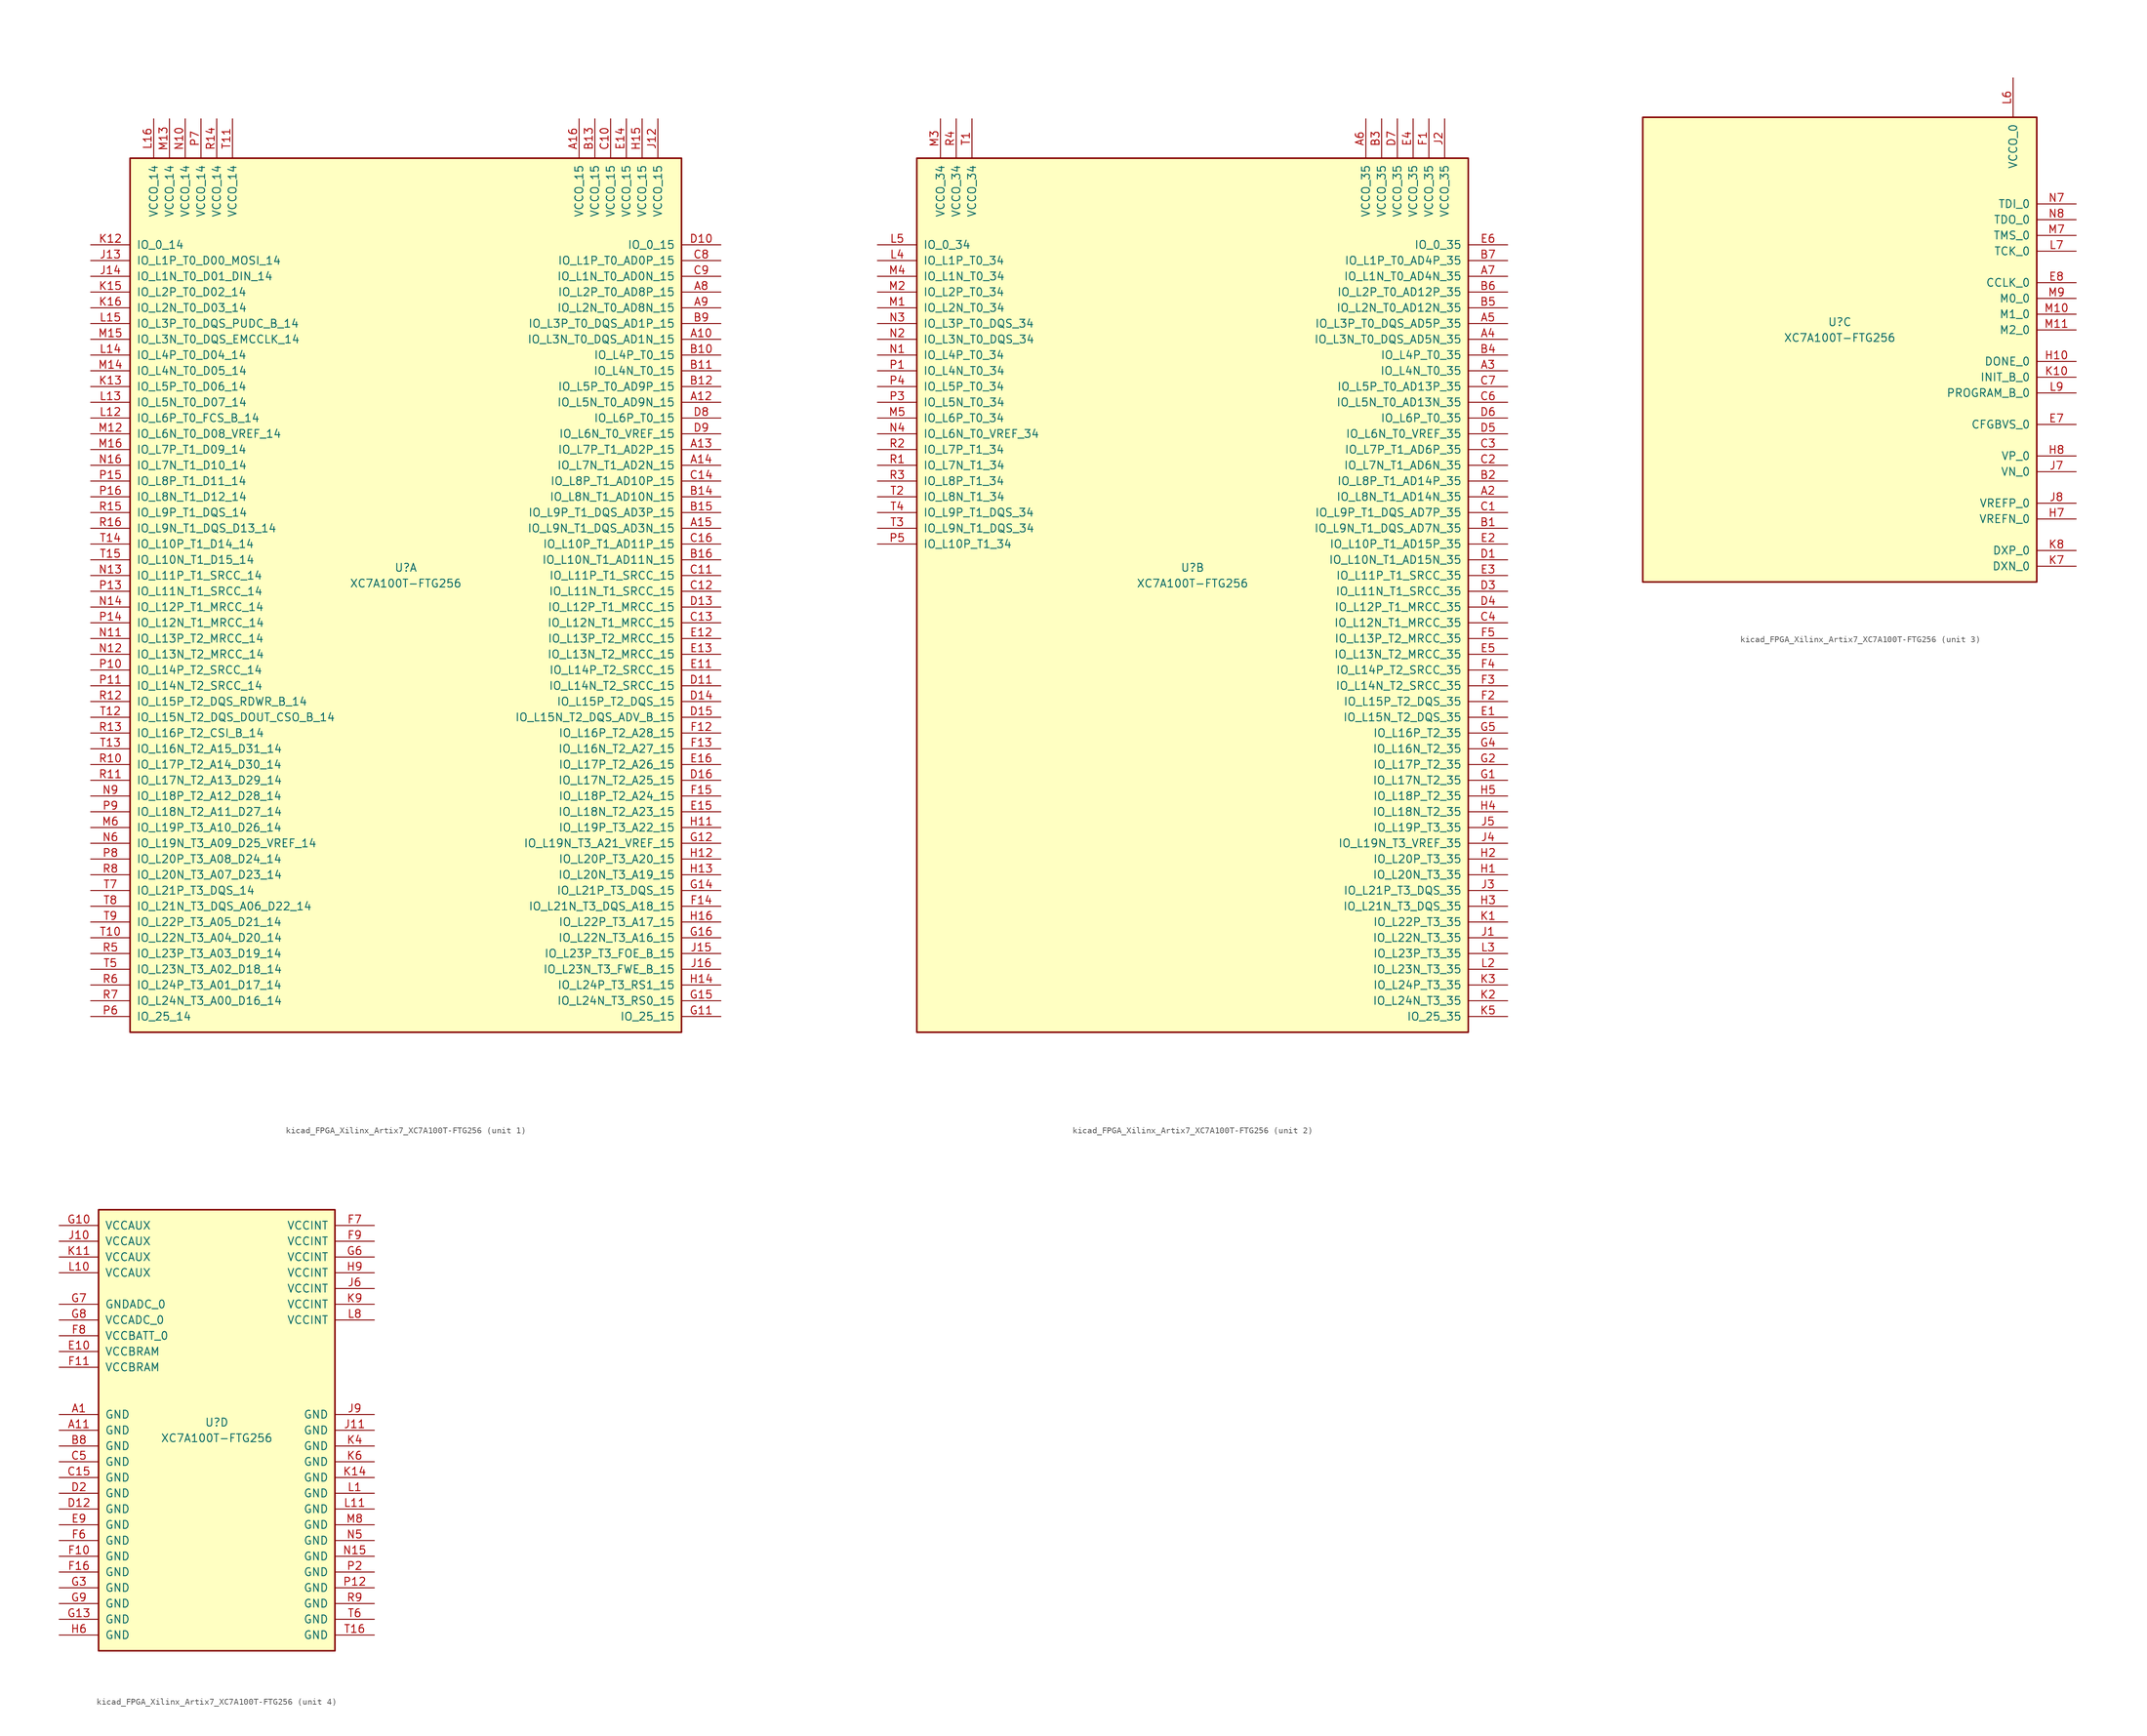
<source format=kicad_sym>
(kicad_symbol_lib
  (version 20220914)
  (generator kicad_symbol_editor)
  (symbol "kicad_FPGA_Xilinx_Artix7_XC7A100T-FTG256"
    (pin_names
      (offset 1.016))
    (property "Reference" "U"
      (at 0 1.27 0)
      (effects (font (size 1.27 1.27))))
    (property "Value" "XC7A100T-FTG256"
      (at 0 -1.27 0)
      (effects (font (size 1.27 1.27))))
    (property "Datasheet" ""
      (at 0 0 0)
      (effects (font (size 1.27 1.27))))
    (property "ki_locked" ""
      (at 0 0 0)
      (effects (font (size 1.27 1.27))))
    (symbol "kicad_FPGA_Xilinx_Artix7_XC7A100T-FTG256_1_1"
      (rectangle (start -44.45 67.31) (end 44.45 -73.66) (stroke (width 0.254) (type default)) (fill (type background)))
      (pin bidirectional line (at 50.8 38.1 180) (length 6.35) (name "IO_L3N_T0_DQS_AD1N_15" (effects (font (size 1.27 1.27)))) (number "A10" (effects (font (size 1.27 1.27)))))
      (pin bidirectional line (at 50.8 27.94 180) (length 6.35) (name "IO_L5N_T0_AD9N_15" (effects (font (size 1.27 1.27)))) (number "A12" (effects (font (size 1.27 1.27)))))
      (pin bidirectional line (at 50.8 20.32 180) (length 6.35) (name "IO_L7P_T1_AD2P_15" (effects (font (size 1.27 1.27)))) (number "A13" (effects (font (size 1.27 1.27)))))
      (pin bidirectional line (at 50.8 17.78 180) (length 6.35) (name "IO_L7N_T1_AD2N_15" (effects (font (size 1.27 1.27)))) (number "A14" (effects (font (size 1.27 1.27)))))
      (pin bidirectional line (at 50.8 7.62 180) (length 6.35) (name "IO_L9N_T1_DQS_AD3N_15" (effects (font (size 1.27 1.27)))) (number "A15" (effects (font (size 1.27 1.27)))))
      (pin power_in line (at 27.94 73.66 270) (length 6.35) (name "VCCO_15" (effects (font (size 1.27 1.27)))) (number "A16" (effects (font (size 1.27 1.27)))))
      (pin bidirectional line (at 50.8 45.72 180) (length 6.35) (name "IO_L2P_T0_AD8P_15" (effects (font (size 1.27 1.27)))) (number "A8" (effects (font (size 1.27 1.27)))))
      (pin bidirectional line (at 50.8 43.18 180) (length 6.35) (name "IO_L2N_T0_AD8N_15" (effects (font (size 1.27 1.27)))) (number "A9" (effects (font (size 1.27 1.27)))))
      (pin bidirectional line (at 50.8 35.56 180) (length 6.35) (name "IO_L4P_T0_15" (effects (font (size 1.27 1.27)))) (number "B10" (effects (font (size 1.27 1.27)))))
      (pin bidirectional line (at 50.8 33.02 180) (length 6.35) (name "IO_L4N_T0_15" (effects (font (size 1.27 1.27)))) (number "B11" (effects (font (size 1.27 1.27)))))
      (pin bidirectional line (at 50.8 30.48 180) (length 6.35) (name "IO_L5P_T0_AD9P_15" (effects (font (size 1.27 1.27)))) (number "B12" (effects (font (size 1.27 1.27)))))
      (pin power_in line (at 30.48 73.66 270) (length 6.35) (name "VCCO_15" (effects (font (size 1.27 1.27)))) (number "B13" (effects (font (size 1.27 1.27)))))
      (pin bidirectional line (at 50.8 12.7 180) (length 6.35) (name "IO_L8N_T1_AD10N_15" (effects (font (size 1.27 1.27)))) (number "B14" (effects (font (size 1.27 1.27)))))
      (pin bidirectional line (at 50.8 10.16 180) (length 6.35) (name "IO_L9P_T1_DQS_AD3P_15" (effects (font (size 1.27 1.27)))) (number "B15" (effects (font (size 1.27 1.27)))))
      (pin bidirectional line (at 50.8 2.54 180) (length 6.35) (name "IO_L10N_T1_AD11N_15" (effects (font (size 1.27 1.27)))) (number "B16" (effects (font (size 1.27 1.27)))))
      (pin bidirectional line (at 50.8 40.64 180) (length 6.35) (name "IO_L3P_T0_DQS_AD1P_15" (effects (font (size 1.27 1.27)))) (number "B9" (effects (font (size 1.27 1.27)))))
      (pin power_in line (at 33.02 73.66 270) (length 6.35) (name "VCCO_15" (effects (font (size 1.27 1.27)))) (number "C10" (effects (font (size 1.27 1.27)))))
      (pin bidirectional line (at 50.8 0 180) (length 6.35) (name "IO_L11P_T1_SRCC_15" (effects (font (size 1.27 1.27)))) (number "C11" (effects (font (size 1.27 1.27)))))
      (pin bidirectional line (at 50.8 -2.54 180) (length 6.35) (name "IO_L11N_T1_SRCC_15" (effects (font (size 1.27 1.27)))) (number "C12" (effects (font (size 1.27 1.27)))))
      (pin bidirectional line (at 50.8 -7.62 180) (length 6.35) (name "IO_L12N_T1_MRCC_15" (effects (font (size 1.27 1.27)))) (number "C13" (effects (font (size 1.27 1.27)))))
      (pin bidirectional line (at 50.8 15.24 180) (length 6.35) (name "IO_L8P_T1_AD10P_15" (effects (font (size 1.27 1.27)))) (number "C14" (effects (font (size 1.27 1.27)))))
      (pin bidirectional line (at 50.8 5.08 180) (length 6.35) (name "IO_L10P_T1_AD11P_15" (effects (font (size 1.27 1.27)))) (number "C16" (effects (font (size 1.27 1.27)))))
      (pin bidirectional line (at 50.8 50.8 180) (length 6.35) (name "IO_L1P_T0_AD0P_15" (effects (font (size 1.27 1.27)))) (number "C8" (effects (font (size 1.27 1.27)))))
      (pin bidirectional line (at 50.8 48.26 180) (length 6.35) (name "IO_L1N_T0_AD0N_15" (effects (font (size 1.27 1.27)))) (number "C9" (effects (font (size 1.27 1.27)))))
      (pin bidirectional line (at 50.8 53.34 180) (length 6.35) (name "IO_0_15" (effects (font (size 1.27 1.27)))) (number "D10" (effects (font (size 1.27 1.27)))))
      (pin bidirectional line (at 50.8 -17.78 180) (length 6.35) (name "IO_L14N_T2_SRCC_15" (effects (font (size 1.27 1.27)))) (number "D11" (effects (font (size 1.27 1.27)))))
      (pin bidirectional line (at 50.8 -5.08 180) (length 6.35) (name "IO_L12P_T1_MRCC_15" (effects (font (size 1.27 1.27)))) (number "D13" (effects (font (size 1.27 1.27)))))
      (pin bidirectional line (at 50.8 -20.32 180) (length 6.35) (name "IO_L15P_T2_DQS_15" (effects (font (size 1.27 1.27)))) (number "D14" (effects (font (size 1.27 1.27)))))
      (pin bidirectional line (at 50.8 -22.86 180) (length 6.35) (name "IO_L15N_T2_DQS_ADV_B_15" (effects (font (size 1.27 1.27)))) (number "D15" (effects (font (size 1.27 1.27)))))
      (pin bidirectional line (at 50.8 -33.02 180) (length 6.35) (name "IO_L17N_T2_A25_15" (effects (font (size 1.27 1.27)))) (number "D16" (effects (font (size 1.27 1.27)))))
      (pin bidirectional line (at 50.8 25.4 180) (length 6.35) (name "IO_L6P_T0_15" (effects (font (size 1.27 1.27)))) (number "D8" (effects (font (size 1.27 1.27)))))
      (pin bidirectional line (at 50.8 22.86 180) (length 6.35) (name "IO_L6N_T0_VREF_15" (effects (font (size 1.27 1.27)))) (number "D9" (effects (font (size 1.27 1.27)))))
      (pin bidirectional line (at 50.8 -15.24 180) (length 6.35) (name "IO_L14P_T2_SRCC_15" (effects (font (size 1.27 1.27)))) (number "E11" (effects (font (size 1.27 1.27)))))
      (pin bidirectional line (at 50.8 -10.16 180) (length 6.35) (name "IO_L13P_T2_MRCC_15" (effects (font (size 1.27 1.27)))) (number "E12" (effects (font (size 1.27 1.27)))))
      (pin bidirectional line (at 50.8 -12.7 180) (length 6.35) (name "IO_L13N_T2_MRCC_15" (effects (font (size 1.27 1.27)))) (number "E13" (effects (font (size 1.27 1.27)))))
      (pin power_in line (at 35.56 73.66 270) (length 6.35) (name "VCCO_15" (effects (font (size 1.27 1.27)))) (number "E14" (effects (font (size 1.27 1.27)))))
      (pin bidirectional line (at 50.8 -38.1 180) (length 6.35) (name "IO_L18N_T2_A23_15" (effects (font (size 1.27 1.27)))) (number "E15" (effects (font (size 1.27 1.27)))))
      (pin bidirectional line (at 50.8 -30.48 180) (length 6.35) (name "IO_L17P_T2_A26_15" (effects (font (size 1.27 1.27)))) (number "E16" (effects (font (size 1.27 1.27)))))
      (pin bidirectional line (at 50.8 -25.4 180) (length 6.35) (name "IO_L16P_T2_A28_15" (effects (font (size 1.27 1.27)))) (number "F12" (effects (font (size 1.27 1.27)))))
      (pin bidirectional line (at 50.8 -27.94 180) (length 6.35) (name "IO_L16N_T2_A27_15" (effects (font (size 1.27 1.27)))) (number "F13" (effects (font (size 1.27 1.27)))))
      (pin bidirectional line (at 50.8 -53.34 180) (length 6.35) (name "IO_L21N_T3_DQS_A18_15" (effects (font (size 1.27 1.27)))) (number "F14" (effects (font (size 1.27 1.27)))))
      (pin bidirectional line (at 50.8 -35.56 180) (length 6.35) (name "IO_L18P_T2_A24_15" (effects (font (size 1.27 1.27)))) (number "F15" (effects (font (size 1.27 1.27)))))
      (pin bidirectional line (at 50.8 -71.12 180) (length 6.35) (name "IO_25_15" (effects (font (size 1.27 1.27)))) (number "G11" (effects (font (size 1.27 1.27)))))
      (pin bidirectional line (at 50.8 -43.18 180) (length 6.35) (name "IO_L19N_T3_A21_VREF_15" (effects (font (size 1.27 1.27)))) (number "G12" (effects (font (size 1.27 1.27)))))
      (pin bidirectional line (at 50.8 -50.8 180) (length 6.35) (name "IO_L21P_T3_DQS_15" (effects (font (size 1.27 1.27)))) (number "G14" (effects (font (size 1.27 1.27)))))
      (pin bidirectional line (at 50.8 -68.58 180) (length 6.35) (name "IO_L24N_T3_RS0_15" (effects (font (size 1.27 1.27)))) (number "G15" (effects (font (size 1.27 1.27)))))
      (pin bidirectional line (at 50.8 -58.42 180) (length 6.35) (name "IO_L22N_T3_A16_15" (effects (font (size 1.27 1.27)))) (number "G16" (effects (font (size 1.27 1.27)))))
      (pin bidirectional line (at 50.8 -40.64 180) (length 6.35) (name "IO_L19P_T3_A22_15" (effects (font (size 1.27 1.27)))) (number "H11" (effects (font (size 1.27 1.27)))))
      (pin bidirectional line (at 50.8 -45.72 180) (length 6.35) (name "IO_L20P_T3_A20_15" (effects (font (size 1.27 1.27)))) (number "H12" (effects (font (size 1.27 1.27)))))
      (pin bidirectional line (at 50.8 -48.26 180) (length 6.35) (name "IO_L20N_T3_A19_15" (effects (font (size 1.27 1.27)))) (number "H13" (effects (font (size 1.27 1.27)))))
      (pin bidirectional line (at 50.8 -66.04 180) (length 6.35) (name "IO_L24P_T3_RS1_15" (effects (font (size 1.27 1.27)))) (number "H14" (effects (font (size 1.27 1.27)))))
      (pin power_in line (at 38.1 73.66 270) (length 6.35) (name "VCCO_15" (effects (font (size 1.27 1.27)))) (number "H15" (effects (font (size 1.27 1.27)))))
      (pin bidirectional line (at 50.8 -55.88 180) (length 6.35) (name "IO_L22P_T3_A17_15" (effects (font (size 1.27 1.27)))) (number "H16" (effects (font (size 1.27 1.27)))))
      (pin power_in line (at 40.64 73.66 270) (length 6.35) (name "VCCO_15" (effects (font (size 1.27 1.27)))) (number "J12" (effects (font (size 1.27 1.27)))))
      (pin bidirectional line (at -50.8 50.8 0) (length 6.35) (name "IO_L1P_T0_D00_MOSI_14" (effects (font (size 1.27 1.27)))) (number "J13" (effects (font (size 1.27 1.27)))))
      (pin bidirectional line (at -50.8 48.26 0) (length 6.35) (name "IO_L1N_T0_D01_DIN_14" (effects (font (size 1.27 1.27)))) (number "J14" (effects (font (size 1.27 1.27)))))
      (pin bidirectional line (at 50.8 -60.96 180) (length 6.35) (name "IO_L23P_T3_FOE_B_15" (effects (font (size 1.27 1.27)))) (number "J15" (effects (font (size 1.27 1.27)))))
      (pin bidirectional line (at 50.8 -63.5 180) (length 6.35) (name "IO_L23N_T3_FWE_B_15" (effects (font (size 1.27 1.27)))) (number "J16" (effects (font (size 1.27 1.27)))))
      (pin bidirectional line (at -50.8 53.34 0) (length 6.35) (name "IO_0_14" (effects (font (size 1.27 1.27)))) (number "K12" (effects (font (size 1.27 1.27)))))
      (pin bidirectional line (at -50.8 30.48 0) (length 6.35) (name "IO_L5P_T0_D06_14" (effects (font (size 1.27 1.27)))) (number "K13" (effects (font (size 1.27 1.27)))))
      (pin bidirectional line (at -50.8 45.72 0) (length 6.35) (name "IO_L2P_T0_D02_14" (effects (font (size 1.27 1.27)))) (number "K15" (effects (font (size 1.27 1.27)))))
      (pin bidirectional line (at -50.8 43.18 0) (length 6.35) (name "IO_L2N_T0_D03_14" (effects (font (size 1.27 1.27)))) (number "K16" (effects (font (size 1.27 1.27)))))
      (pin bidirectional line (at -50.8 25.4 0) (length 6.35) (name "IO_L6P_T0_FCS_B_14" (effects (font (size 1.27 1.27)))) (number "L12" (effects (font (size 1.27 1.27)))))
      (pin bidirectional line (at -50.8 27.94 0) (length 6.35) (name "IO_L5N_T0_D07_14" (effects (font (size 1.27 1.27)))) (number "L13" (effects (font (size 1.27 1.27)))))
      (pin bidirectional line (at -50.8 35.56 0) (length 6.35) (name "IO_L4P_T0_D04_14" (effects (font (size 1.27 1.27)))) (number "L14" (effects (font (size 1.27 1.27)))))
      (pin bidirectional line (at -50.8 40.64 0) (length 6.35) (name "IO_L3P_T0_DQS_PUDC_B_14" (effects (font (size 1.27 1.27)))) (number "L15" (effects (font (size 1.27 1.27)))))
      (pin power_in line (at -40.64 73.66 270) (length 6.35) (name "VCCO_14" (effects (font (size 1.27 1.27)))) (number "L16" (effects (font (size 1.27 1.27)))))
      (pin bidirectional line (at -50.8 22.86 0) (length 6.35) (name "IO_L6N_T0_D08_VREF_14" (effects (font (size 1.27 1.27)))) (number "M12" (effects (font (size 1.27 1.27)))))
      (pin power_in line (at -38.1 73.66 270) (length 6.35) (name "VCCO_14" (effects (font (size 1.27 1.27)))) (number "M13" (effects (font (size 1.27 1.27)))))
      (pin bidirectional line (at -50.8 33.02 0) (length 6.35) (name "IO_L4N_T0_D05_14" (effects (font (size 1.27 1.27)))) (number "M14" (effects (font (size 1.27 1.27)))))
      (pin bidirectional line (at -50.8 38.1 0) (length 6.35) (name "IO_L3N_T0_DQS_EMCCLK_14" (effects (font (size 1.27 1.27)))) (number "M15" (effects (font (size 1.27 1.27)))))
      (pin bidirectional line (at -50.8 20.32 0) (length 6.35) (name "IO_L7P_T1_D09_14" (effects (font (size 1.27 1.27)))) (number "M16" (effects (font (size 1.27 1.27)))))
      (pin bidirectional line (at -50.8 -40.64 0) (length 6.35) (name "IO_L19P_T3_A10_D26_14" (effects (font (size 1.27 1.27)))) (number "M6" (effects (font (size 1.27 1.27)))))
      (pin power_in line (at -35.56 73.66 270) (length 6.35) (name "VCCO_14" (effects (font (size 1.27 1.27)))) (number "N10" (effects (font (size 1.27 1.27)))))
      (pin bidirectional line (at -50.8 -10.16 0) (length 6.35) (name "IO_L13P_T2_MRCC_14" (effects (font (size 1.27 1.27)))) (number "N11" (effects (font (size 1.27 1.27)))))
      (pin bidirectional line (at -50.8 -12.7 0) (length 6.35) (name "IO_L13N_T2_MRCC_14" (effects (font (size 1.27 1.27)))) (number "N12" (effects (font (size 1.27 1.27)))))
      (pin bidirectional line (at -50.8 0 0) (length 6.35) (name "IO_L11P_T1_SRCC_14" (effects (font (size 1.27 1.27)))) (number "N13" (effects (font (size 1.27 1.27)))))
      (pin bidirectional line (at -50.8 -5.08 0) (length 6.35) (name "IO_L12P_T1_MRCC_14" (effects (font (size 1.27 1.27)))) (number "N14" (effects (font (size 1.27 1.27)))))
      (pin bidirectional line (at -50.8 17.78 0) (length 6.35) (name "IO_L7N_T1_D10_14" (effects (font (size 1.27 1.27)))) (number "N16" (effects (font (size 1.27 1.27)))))
      (pin bidirectional line (at -50.8 -43.18 0) (length 6.35) (name "IO_L19N_T3_A09_D25_VREF_14" (effects (font (size 1.27 1.27)))) (number "N6" (effects (font (size 1.27 1.27)))))
      (pin bidirectional line (at -50.8 -35.56 0) (length 6.35) (name "IO_L18P_T2_A12_D28_14" (effects (font (size 1.27 1.27)))) (number "N9" (effects (font (size 1.27 1.27)))))
      (pin bidirectional line (at -50.8 -15.24 0) (length 6.35) (name "IO_L14P_T2_SRCC_14" (effects (font (size 1.27 1.27)))) (number "P10" (effects (font (size 1.27 1.27)))))
      (pin bidirectional line (at -50.8 -17.78 0) (length 6.35) (name "IO_L14N_T2_SRCC_14" (effects (font (size 1.27 1.27)))) (number "P11" (effects (font (size 1.27 1.27)))))
      (pin bidirectional line (at -50.8 -2.54 0) (length 6.35) (name "IO_L11N_T1_SRCC_14" (effects (font (size 1.27 1.27)))) (number "P13" (effects (font (size 1.27 1.27)))))
      (pin bidirectional line (at -50.8 -7.62 0) (length 6.35) (name "IO_L12N_T1_MRCC_14" (effects (font (size 1.27 1.27)))) (number "P14" (effects (font (size 1.27 1.27)))))
      (pin bidirectional line (at -50.8 15.24 0) (length 6.35) (name "IO_L8P_T1_D11_14" (effects (font (size 1.27 1.27)))) (number "P15" (effects (font (size 1.27 1.27)))))
      (pin bidirectional line (at -50.8 12.7 0) (length 6.35) (name "IO_L8N_T1_D12_14" (effects (font (size 1.27 1.27)))) (number "P16" (effects (font (size 1.27 1.27)))))
      (pin bidirectional line (at -50.8 -71.12 0) (length 6.35) (name "IO_25_14" (effects (font (size 1.27 1.27)))) (number "P6" (effects (font (size 1.27 1.27)))))
      (pin power_in line (at -33.02 73.66 270) (length 6.35) (name "VCCO_14" (effects (font (size 1.27 1.27)))) (number "P7" (effects (font (size 1.27 1.27)))))
      (pin bidirectional line (at -50.8 -45.72 0) (length 6.35) (name "IO_L20P_T3_A08_D24_14" (effects (font (size 1.27 1.27)))) (number "P8" (effects (font (size 1.27 1.27)))))
      (pin bidirectional line (at -50.8 -38.1 0) (length 6.35) (name "IO_L18N_T2_A11_D27_14" (effects (font (size 1.27 1.27)))) (number "P9" (effects (font (size 1.27 1.27)))))
      (pin bidirectional line (at -50.8 -30.48 0) (length 6.35) (name "IO_L17P_T2_A14_D30_14" (effects (font (size 1.27 1.27)))) (number "R10" (effects (font (size 1.27 1.27)))))
      (pin bidirectional line (at -50.8 -33.02 0) (length 6.35) (name "IO_L17N_T2_A13_D29_14" (effects (font (size 1.27 1.27)))) (number "R11" (effects (font (size 1.27 1.27)))))
      (pin bidirectional line (at -50.8 -20.32 0) (length 6.35) (name "IO_L15P_T2_DQS_RDWR_B_14" (effects (font (size 1.27 1.27)))) (number "R12" (effects (font (size 1.27 1.27)))))
      (pin bidirectional line (at -50.8 -25.4 0) (length 6.35) (name "IO_L16P_T2_CSI_B_14" (effects (font (size 1.27 1.27)))) (number "R13" (effects (font (size 1.27 1.27)))))
      (pin power_in line (at -30.48 73.66 270) (length 6.35) (name "VCCO_14" (effects (font (size 1.27 1.27)))) (number "R14" (effects (font (size 1.27 1.27)))))
      (pin bidirectional line (at -50.8 10.16 0) (length 6.35) (name "IO_L9P_T1_DQS_14" (effects (font (size 1.27 1.27)))) (number "R15" (effects (font (size 1.27 1.27)))))
      (pin bidirectional line (at -50.8 7.62 0) (length 6.35) (name "IO_L9N_T1_DQS_D13_14" (effects (font (size 1.27 1.27)))) (number "R16" (effects (font (size 1.27 1.27)))))
      (pin bidirectional line (at -50.8 -60.96 0) (length 6.35) (name "IO_L23P_T3_A03_D19_14" (effects (font (size 1.27 1.27)))) (number "R5" (effects (font (size 1.27 1.27)))))
      (pin bidirectional line (at -50.8 -66.04 0) (length 6.35) (name "IO_L24P_T3_A01_D17_14" (effects (font (size 1.27 1.27)))) (number "R6" (effects (font (size 1.27 1.27)))))
      (pin bidirectional line (at -50.8 -68.58 0) (length 6.35) (name "IO_L24N_T3_A00_D16_14" (effects (font (size 1.27 1.27)))) (number "R7" (effects (font (size 1.27 1.27)))))
      (pin bidirectional line (at -50.8 -48.26 0) (length 6.35) (name "IO_L20N_T3_A07_D23_14" (effects (font (size 1.27 1.27)))) (number "R8" (effects (font (size 1.27 1.27)))))
      (pin bidirectional line (at -50.8 -58.42 0) (length 6.35) (name "IO_L22N_T3_A04_D20_14" (effects (font (size 1.27 1.27)))) (number "T10" (effects (font (size 1.27 1.27)))))
      (pin power_in line (at -27.94 73.66 270) (length 6.35) (name "VCCO_14" (effects (font (size 1.27 1.27)))) (number "T11" (effects (font (size 1.27 1.27)))))
      (pin bidirectional line (at -50.8 -22.86 0) (length 6.35) (name "IO_L15N_T2_DQS_DOUT_CSO_B_14" (effects (font (size 1.27 1.27)))) (number "T12" (effects (font (size 1.27 1.27)))))
      (pin bidirectional line (at -50.8 -27.94 0) (length 6.35) (name "IO_L16N_T2_A15_D31_14" (effects (font (size 1.27 1.27)))) (number "T13" (effects (font (size 1.27 1.27)))))
      (pin bidirectional line (at -50.8 5.08 0) (length 6.35) (name "IO_L10P_T1_D14_14" (effects (font (size 1.27 1.27)))) (number "T14" (effects (font (size 1.27 1.27)))))
      (pin bidirectional line (at -50.8 2.54 0) (length 6.35) (name "IO_L10N_T1_D15_14" (effects (font (size 1.27 1.27)))) (number "T15" (effects (font (size 1.27 1.27)))))
      (pin bidirectional line (at -50.8 -63.5 0) (length 6.35) (name "IO_L23N_T3_A02_D18_14" (effects (font (size 1.27 1.27)))) (number "T5" (effects (font (size 1.27 1.27)))))
      (pin bidirectional line (at -50.8 -50.8 0) (length 6.35) (name "IO_L21P_T3_DQS_14" (effects (font (size 1.27 1.27)))) (number "T7" (effects (font (size 1.27 1.27)))))
      (pin bidirectional line (at -50.8 -53.34 0) (length 6.35) (name "IO_L21N_T3_DQS_A06_D22_14" (effects (font (size 1.27 1.27)))) (number "T8" (effects (font (size 1.27 1.27)))))
      (pin bidirectional line (at -50.8 -55.88 0) (length 6.35) (name "IO_L22P_T3_A05_D21_14" (effects (font (size 1.27 1.27)))) (number "T9" (effects (font (size 1.27 1.27))))))
    (symbol "kicad_FPGA_Xilinx_Artix7_XC7A100T-FTG256_2_1"
      (rectangle (start -44.45 67.31) (end 44.45 -73.66) (stroke (width 0.254) (type default)) (fill (type background)))
      (pin bidirectional line (at 50.8 12.7 180) (length 6.35) (name "IO_L8N_T1_AD14N_35" (effects (font (size 1.27 1.27)))) (number "A2" (effects (font (size 1.27 1.27)))))
      (pin bidirectional line (at 50.8 33.02 180) (length 6.35) (name "IO_L4N_T0_35" (effects (font (size 1.27 1.27)))) (number "A3" (effects (font (size 1.27 1.27)))))
      (pin bidirectional line (at 50.8 38.1 180) (length 6.35) (name "IO_L3N_T0_DQS_AD5N_35" (effects (font (size 1.27 1.27)))) (number "A4" (effects (font (size 1.27 1.27)))))
      (pin bidirectional line (at 50.8 40.64 180) (length 6.35) (name "IO_L3P_T0_DQS_AD5P_35" (effects (font (size 1.27 1.27)))) (number "A5" (effects (font (size 1.27 1.27)))))
      (pin power_in line (at 27.94 73.66 270) (length 6.35) (name "VCCO_35" (effects (font (size 1.27 1.27)))) (number "A6" (effects (font (size 1.27 1.27)))))
      (pin bidirectional line (at 50.8 48.26 180) (length 6.35) (name "IO_L1N_T0_AD4N_35" (effects (font (size 1.27 1.27)))) (number "A7" (effects (font (size 1.27 1.27)))))
      (pin bidirectional line (at 50.8 7.62 180) (length 6.35) (name "IO_L9N_T1_DQS_AD7N_35" (effects (font (size 1.27 1.27)))) (number "B1" (effects (font (size 1.27 1.27)))))
      (pin bidirectional line (at 50.8 15.24 180) (length 6.35) (name "IO_L8P_T1_AD14P_35" (effects (font (size 1.27 1.27)))) (number "B2" (effects (font (size 1.27 1.27)))))
      (pin power_in line (at 30.48 73.66 270) (length 6.35) (name "VCCO_35" (effects (font (size 1.27 1.27)))) (number "B3" (effects (font (size 1.27 1.27)))))
      (pin bidirectional line (at 50.8 35.56 180) (length 6.35) (name "IO_L4P_T0_35" (effects (font (size 1.27 1.27)))) (number "B4" (effects (font (size 1.27 1.27)))))
      (pin bidirectional line (at 50.8 43.18 180) (length 6.35) (name "IO_L2N_T0_AD12N_35" (effects (font (size 1.27 1.27)))) (number "B5" (effects (font (size 1.27 1.27)))))
      (pin bidirectional line (at 50.8 45.72 180) (length 6.35) (name "IO_L2P_T0_AD12P_35" (effects (font (size 1.27 1.27)))) (number "B6" (effects (font (size 1.27 1.27)))))
      (pin bidirectional line (at 50.8 50.8 180) (length 6.35) (name "IO_L1P_T0_AD4P_35" (effects (font (size 1.27 1.27)))) (number "B7" (effects (font (size 1.27 1.27)))))
      (pin bidirectional line (at 50.8 10.16 180) (length 6.35) (name "IO_L9P_T1_DQS_AD7P_35" (effects (font (size 1.27 1.27)))) (number "C1" (effects (font (size 1.27 1.27)))))
      (pin bidirectional line (at 50.8 17.78 180) (length 6.35) (name "IO_L7N_T1_AD6N_35" (effects (font (size 1.27 1.27)))) (number "C2" (effects (font (size 1.27 1.27)))))
      (pin bidirectional line (at 50.8 20.32 180) (length 6.35) (name "IO_L7P_T1_AD6P_35" (effects (font (size 1.27 1.27)))) (number "C3" (effects (font (size 1.27 1.27)))))
      (pin bidirectional line (at 50.8 -7.62 180) (length 6.35) (name "IO_L12N_T1_MRCC_35" (effects (font (size 1.27 1.27)))) (number "C4" (effects (font (size 1.27 1.27)))))
      (pin bidirectional line (at 50.8 27.94 180) (length 6.35) (name "IO_L5N_T0_AD13N_35" (effects (font (size 1.27 1.27)))) (number "C6" (effects (font (size 1.27 1.27)))))
      (pin bidirectional line (at 50.8 30.48 180) (length 6.35) (name "IO_L5P_T0_AD13P_35" (effects (font (size 1.27 1.27)))) (number "C7" (effects (font (size 1.27 1.27)))))
      (pin bidirectional line (at 50.8 2.54 180) (length 6.35) (name "IO_L10N_T1_AD15N_35" (effects (font (size 1.27 1.27)))) (number "D1" (effects (font (size 1.27 1.27)))))
      (pin bidirectional line (at 50.8 -2.54 180) (length 6.35) (name "IO_L11N_T1_SRCC_35" (effects (font (size 1.27 1.27)))) (number "D3" (effects (font (size 1.27 1.27)))))
      (pin bidirectional line (at 50.8 -5.08 180) (length 6.35) (name "IO_L12P_T1_MRCC_35" (effects (font (size 1.27 1.27)))) (number "D4" (effects (font (size 1.27 1.27)))))
      (pin bidirectional line (at 50.8 22.86 180) (length 6.35) (name "IO_L6N_T0_VREF_35" (effects (font (size 1.27 1.27)))) (number "D5" (effects (font (size 1.27 1.27)))))
      (pin bidirectional line (at 50.8 25.4 180) (length 6.35) (name "IO_L6P_T0_35" (effects (font (size 1.27 1.27)))) (number "D6" (effects (font (size 1.27 1.27)))))
      (pin power_in line (at 33.02 73.66 270) (length 6.35) (name "VCCO_35" (effects (font (size 1.27 1.27)))) (number "D7" (effects (font (size 1.27 1.27)))))
      (pin bidirectional line (at 50.8 -22.86 180) (length 6.35) (name "IO_L15N_T2_DQS_35" (effects (font (size 1.27 1.27)))) (number "E1" (effects (font (size 1.27 1.27)))))
      (pin bidirectional line (at 50.8 5.08 180) (length 6.35) (name "IO_L10P_T1_AD15P_35" (effects (font (size 1.27 1.27)))) (number "E2" (effects (font (size 1.27 1.27)))))
      (pin bidirectional line (at 50.8 0 180) (length 6.35) (name "IO_L11P_T1_SRCC_35" (effects (font (size 1.27 1.27)))) (number "E3" (effects (font (size 1.27 1.27)))))
      (pin power_in line (at 35.56 73.66 270) (length 6.35) (name "VCCO_35" (effects (font (size 1.27 1.27)))) (number "E4" (effects (font (size 1.27 1.27)))))
      (pin bidirectional line (at 50.8 -12.7 180) (length 6.35) (name "IO_L13N_T2_MRCC_35" (effects (font (size 1.27 1.27)))) (number "E5" (effects (font (size 1.27 1.27)))))
      (pin bidirectional line (at 50.8 53.34 180) (length 6.35) (name "IO_0_35" (effects (font (size 1.27 1.27)))) (number "E6" (effects (font (size 1.27 1.27)))))
      (pin power_in line (at 38.1 73.66 270) (length 6.35) (name "VCCO_35" (effects (font (size 1.27 1.27)))) (number "F1" (effects (font (size 1.27 1.27)))))
      (pin bidirectional line (at 50.8 -20.32 180) (length 6.35) (name "IO_L15P_T2_DQS_35" (effects (font (size 1.27 1.27)))) (number "F2" (effects (font (size 1.27 1.27)))))
      (pin bidirectional line (at 50.8 -17.78 180) (length 6.35) (name "IO_L14N_T2_SRCC_35" (effects (font (size 1.27 1.27)))) (number "F3" (effects (font (size 1.27 1.27)))))
      (pin bidirectional line (at 50.8 -15.24 180) (length 6.35) (name "IO_L14P_T2_SRCC_35" (effects (font (size 1.27 1.27)))) (number "F4" (effects (font (size 1.27 1.27)))))
      (pin bidirectional line (at 50.8 -10.16 180) (length 6.35) (name "IO_L13P_T2_MRCC_35" (effects (font (size 1.27 1.27)))) (number "F5" (effects (font (size 1.27 1.27)))))
      (pin bidirectional line (at 50.8 -33.02 180) (length 6.35) (name "IO_L17N_T2_35" (effects (font (size 1.27 1.27)))) (number "G1" (effects (font (size 1.27 1.27)))))
      (pin bidirectional line (at 50.8 -30.48 180) (length 6.35) (name "IO_L17P_T2_35" (effects (font (size 1.27 1.27)))) (number "G2" (effects (font (size 1.27 1.27)))))
      (pin bidirectional line (at 50.8 -27.94 180) (length 6.35) (name "IO_L16N_T2_35" (effects (font (size 1.27 1.27)))) (number "G4" (effects (font (size 1.27 1.27)))))
      (pin bidirectional line (at 50.8 -25.4 180) (length 6.35) (name "IO_L16P_T2_35" (effects (font (size 1.27 1.27)))) (number "G5" (effects (font (size 1.27 1.27)))))
      (pin bidirectional line (at 50.8 -48.26 180) (length 6.35) (name "IO_L20N_T3_35" (effects (font (size 1.27 1.27)))) (number "H1" (effects (font (size 1.27 1.27)))))
      (pin bidirectional line (at 50.8 -45.72 180) (length 6.35) (name "IO_L20P_T3_35" (effects (font (size 1.27 1.27)))) (number "H2" (effects (font (size 1.27 1.27)))))
      (pin bidirectional line (at 50.8 -53.34 180) (length 6.35) (name "IO_L21N_T3_DQS_35" (effects (font (size 1.27 1.27)))) (number "H3" (effects (font (size 1.27 1.27)))))
      (pin bidirectional line (at 50.8 -38.1 180) (length 6.35) (name "IO_L18N_T2_35" (effects (font (size 1.27 1.27)))) (number "H4" (effects (font (size 1.27 1.27)))))
      (pin bidirectional line (at 50.8 -35.56 180) (length 6.35) (name "IO_L18P_T2_35" (effects (font (size 1.27 1.27)))) (number "H5" (effects (font (size 1.27 1.27)))))
      (pin bidirectional line (at 50.8 -58.42 180) (length 6.35) (name "IO_L22N_T3_35" (effects (font (size 1.27 1.27)))) (number "J1" (effects (font (size 1.27 1.27)))))
      (pin power_in line (at 40.64 73.66 270) (length 6.35) (name "VCCO_35" (effects (font (size 1.27 1.27)))) (number "J2" (effects (font (size 1.27 1.27)))))
      (pin bidirectional line (at 50.8 -50.8 180) (length 6.35) (name "IO_L21P_T3_DQS_35" (effects (font (size 1.27 1.27)))) (number "J3" (effects (font (size 1.27 1.27)))))
      (pin bidirectional line (at 50.8 -43.18 180) (length 6.35) (name "IO_L19N_T3_VREF_35" (effects (font (size 1.27 1.27)))) (number "J4" (effects (font (size 1.27 1.27)))))
      (pin bidirectional line (at 50.8 -40.64 180) (length 6.35) (name "IO_L19P_T3_35" (effects (font (size 1.27 1.27)))) (number "J5" (effects (font (size 1.27 1.27)))))
      (pin bidirectional line (at 50.8 -55.88 180) (length 6.35) (name "IO_L22P_T3_35" (effects (font (size 1.27 1.27)))) (number "K1" (effects (font (size 1.27 1.27)))))
      (pin bidirectional line (at 50.8 -68.58 180) (length 6.35) (name "IO_L24N_T3_35" (effects (font (size 1.27 1.27)))) (number "K2" (effects (font (size 1.27 1.27)))))
      (pin bidirectional line (at 50.8 -66.04 180) (length 6.35) (name "IO_L24P_T3_35" (effects (font (size 1.27 1.27)))) (number "K3" (effects (font (size 1.27 1.27)))))
      (pin bidirectional line (at 50.8 -71.12 180) (length 6.35) (name "IO_25_35" (effects (font (size 1.27 1.27)))) (number "K5" (effects (font (size 1.27 1.27)))))
      (pin bidirectional line (at 50.8 -63.5 180) (length 6.35) (name "IO_L23N_T3_35" (effects (font (size 1.27 1.27)))) (number "L2" (effects (font (size 1.27 1.27)))))
      (pin bidirectional line (at 50.8 -60.96 180) (length 6.35) (name "IO_L23P_T3_35" (effects (font (size 1.27 1.27)))) (number "L3" (effects (font (size 1.27 1.27)))))
      (pin bidirectional line (at -50.8 50.8 0) (length 6.35) (name "IO_L1P_T0_34" (effects (font (size 1.27 1.27)))) (number "L4" (effects (font (size 1.27 1.27)))))
      (pin bidirectional line (at -50.8 53.34 0) (length 6.35) (name "IO_0_34" (effects (font (size 1.27 1.27)))) (number "L5" (effects (font (size 1.27 1.27)))))
      (pin bidirectional line (at -50.8 43.18 0) (length 6.35) (name "IO_L2N_T0_34" (effects (font (size 1.27 1.27)))) (number "M1" (effects (font (size 1.27 1.27)))))
      (pin bidirectional line (at -50.8 45.72 0) (length 6.35) (name "IO_L2P_T0_34" (effects (font (size 1.27 1.27)))) (number "M2" (effects (font (size 1.27 1.27)))))
      (pin power_in line (at -40.64 73.66 270) (length 6.35) (name "VCCO_34" (effects (font (size 1.27 1.27)))) (number "M3" (effects (font (size 1.27 1.27)))))
      (pin bidirectional line (at -50.8 48.26 0) (length 6.35) (name "IO_L1N_T0_34" (effects (font (size 1.27 1.27)))) (number "M4" (effects (font (size 1.27 1.27)))))
      (pin bidirectional line (at -50.8 25.4 0) (length 6.35) (name "IO_L6P_T0_34" (effects (font (size 1.27 1.27)))) (number "M5" (effects (font (size 1.27 1.27)))))
      (pin bidirectional line (at -50.8 35.56 0) (length 6.35) (name "IO_L4P_T0_34" (effects (font (size 1.27 1.27)))) (number "N1" (effects (font (size 1.27 1.27)))))
      (pin bidirectional line (at -50.8 38.1 0) (length 6.35) (name "IO_L3N_T0_DQS_34" (effects (font (size 1.27 1.27)))) (number "N2" (effects (font (size 1.27 1.27)))))
      (pin bidirectional line (at -50.8 40.64 0) (length 6.35) (name "IO_L3P_T0_DQS_34" (effects (font (size 1.27 1.27)))) (number "N3" (effects (font (size 1.27 1.27)))))
      (pin bidirectional line (at -50.8 22.86 0) (length 6.35) (name "IO_L6N_T0_VREF_34" (effects (font (size 1.27 1.27)))) (number "N4" (effects (font (size 1.27 1.27)))))
      (pin bidirectional line (at -50.8 33.02 0) (length 6.35) (name "IO_L4N_T0_34" (effects (font (size 1.27 1.27)))) (number "P1" (effects (font (size 1.27 1.27)))))
      (pin bidirectional line (at -50.8 27.94 0) (length 6.35) (name "IO_L5N_T0_34" (effects (font (size 1.27 1.27)))) (number "P3" (effects (font (size 1.27 1.27)))))
      (pin bidirectional line (at -50.8 30.48 0) (length 6.35) (name "IO_L5P_T0_34" (effects (font (size 1.27 1.27)))) (number "P4" (effects (font (size 1.27 1.27)))))
      (pin bidirectional line (at -50.8 5.08 0) (length 6.35) (name "IO_L10P_T1_34" (effects (font (size 1.27 1.27)))) (number "P5" (effects (font (size 1.27 1.27)))))
      (pin bidirectional line (at -50.8 17.78 0) (length 6.35) (name "IO_L7N_T1_34" (effects (font (size 1.27 1.27)))) (number "R1" (effects (font (size 1.27 1.27)))))
      (pin bidirectional line (at -50.8 20.32 0) (length 6.35) (name "IO_L7P_T1_34" (effects (font (size 1.27 1.27)))) (number "R2" (effects (font (size 1.27 1.27)))))
      (pin bidirectional line (at -50.8 15.24 0) (length 6.35) (name "IO_L8P_T1_34" (effects (font (size 1.27 1.27)))) (number "R3" (effects (font (size 1.27 1.27)))))
      (pin power_in line (at -38.1 73.66 270) (length 6.35) (name "VCCO_34" (effects (font (size 1.27 1.27)))) (number "R4" (effects (font (size 1.27 1.27)))))
      (pin power_in line (at -35.56 73.66 270) (length 6.35) (name "VCCO_34" (effects (font (size 1.27 1.27)))) (number "T1" (effects (font (size 1.27 1.27)))))
      (pin bidirectional line (at -50.8 12.7 0) (length 6.35) (name "IO_L8N_T1_34" (effects (font (size 1.27 1.27)))) (number "T2" (effects (font (size 1.27 1.27)))))
      (pin bidirectional line (at -50.8 7.62 0) (length 6.35) (name "IO_L9N_T1_DQS_34" (effects (font (size 1.27 1.27)))) (number "T3" (effects (font (size 1.27 1.27)))))
      (pin bidirectional line (at -50.8 10.16 0) (length 6.35) (name "IO_L9P_T1_DQS_34" (effects (font (size 1.27 1.27)))) (number "T4" (effects (font (size 1.27 1.27))))))
    (symbol "kicad_FPGA_Xilinx_Artix7_XC7A100T-FTG256_3_1"
      (rectangle (start -31.75 34.29) (end 31.75 -40.64) (stroke (width 0.254) (type default)) (fill (type background)))
      (pin bidirectional line (at 38.1 -15.24 180) (length 6.35) (name "CFGBVS_0" (effects (font (size 1.27 1.27)))) (number "E7" (effects (font (size 1.27 1.27)))))
      (pin bidirectional line (at 38.1 7.62 180) (length 6.35) (name "CCLK_0" (effects (font (size 1.27 1.27)))) (number "E8" (effects (font (size 1.27 1.27)))))
      (pin bidirectional line (at 38.1 -5.08 180) (length 6.35) (name "DONE_0" (effects (font (size 1.27 1.27)))) (number "H10" (effects (font (size 1.27 1.27)))))
      (pin bidirectional line (at 38.1 -30.48 180) (length 6.35) (name "VREFN_0" (effects (font (size 1.27 1.27)))) (number "H7" (effects (font (size 1.27 1.27)))))
      (pin bidirectional line (at 38.1 -20.32 180) (length 6.35) (name "VP_0" (effects (font (size 1.27 1.27)))) (number "H8" (effects (font (size 1.27 1.27)))))
      (pin bidirectional line (at 38.1 -22.86 180) (length 6.35) (name "VN_0" (effects (font (size 1.27 1.27)))) (number "J7" (effects (font (size 1.27 1.27)))))
      (pin bidirectional line (at 38.1 -27.94 180) (length 6.35) (name "VREFP_0" (effects (font (size 1.27 1.27)))) (number "J8" (effects (font (size 1.27 1.27)))))
      (pin bidirectional line (at 38.1 -7.62 180) (length 6.35) (name "INIT_B_0" (effects (font (size 1.27 1.27)))) (number "K10" (effects (font (size 1.27 1.27)))))
      (pin bidirectional line (at 38.1 -38.1 180) (length 6.35) (name "DXN_0" (effects (font (size 1.27 1.27)))) (number "K7" (effects (font (size 1.27 1.27)))))
      (pin bidirectional line (at 38.1 -35.56 180) (length 6.35) (name "DXP_0" (effects (font (size 1.27 1.27)))) (number "K8" (effects (font (size 1.27 1.27)))))
      (pin power_in line (at 27.94 40.64 270) (length 6.35) (name "VCCO_0" (effects (font (size 1.27 1.27)))) (number "L6" (effects (font (size 1.27 1.27)))))
      (pin bidirectional line (at 38.1 12.7 180) (length 6.35) (name "TCK_0" (effects (font (size 1.27 1.27)))) (number "L7" (effects (font (size 1.27 1.27)))))
      (pin bidirectional line (at 38.1 -10.16 180) (length 6.35) (name "PROGRAM_B_0" (effects (font (size 1.27 1.27)))) (number "L9" (effects (font (size 1.27 1.27)))))
      (pin bidirectional line (at 38.1 2.54 180) (length 6.35) (name "M1_0" (effects (font (size 1.27 1.27)))) (number "M10" (effects (font (size 1.27 1.27)))))
      (pin bidirectional line (at 38.1 0 180) (length 6.35) (name "M2_0" (effects (font (size 1.27 1.27)))) (number "M11" (effects (font (size 1.27 1.27)))))
      (pin bidirectional line (at 38.1 15.24 180) (length 6.35) (name "TMS_0" (effects (font (size 1.27 1.27)))) (number "M7" (effects (font (size 1.27 1.27)))))
      (pin bidirectional line (at 38.1 5.08 180) (length 6.35) (name "M0_0" (effects (font (size 1.27 1.27)))) (number "M9" (effects (font (size 1.27 1.27)))))
      (pin bidirectional line (at 38.1 20.32 180) (length 6.35) (name "TDI_0" (effects (font (size 1.27 1.27)))) (number "N7" (effects (font (size 1.27 1.27)))))
      (pin bidirectional line (at 38.1 17.78 180) (length 6.35) (name "TDO_0" (effects (font (size 1.27 1.27)))) (number "N8" (effects (font (size 1.27 1.27))))))
    (symbol "kicad_FPGA_Xilinx_Artix7_XC7A100T-FTG256_4_1"
      (rectangle (start -19.05 35.56) (end 19.05 -35.56) (stroke (width 0.254) (type default)) (fill (type background)))
      (pin power_in line (at -25.4 2.54 0) (length 6.35) (name "GND" (effects (font (size 1.27 1.27)))) (number "A1" (effects (font (size 1.27 1.27)))))
      (pin power_in line (at -25.4 0 0) (length 6.35) (name "GND" (effects (font (size 1.27 1.27)))) (number "A11" (effects (font (size 1.27 1.27)))))
      (pin power_in line (at -25.4 -2.54 0) (length 6.35) (name "GND" (effects (font (size 1.27 1.27)))) (number "B8" (effects (font (size 1.27 1.27)))))
      (pin power_in line (at -25.4 -7.62 0) (length 6.35) (name "GND" (effects (font (size 1.27 1.27)))) (number "C15" (effects (font (size 1.27 1.27)))))
      (pin power_in line (at -25.4 -5.08 0) (length 6.35) (name "GND" (effects (font (size 1.27 1.27)))) (number "C5" (effects (font (size 1.27 1.27)))))
      (pin power_in line (at -25.4 -12.7 0) (length 6.35) (name "GND" (effects (font (size 1.27 1.27)))) (number "D12" (effects (font (size 1.27 1.27)))))
      (pin power_in line (at -25.4 -10.16 0) (length 6.35) (name "GND" (effects (font (size 1.27 1.27)))) (number "D2" (effects (font (size 1.27 1.27)))))
      (pin power_in line (at -25.4 12.7 0) (length 6.35) (name "VCCBRAM" (effects (font (size 1.27 1.27)))) (number "E10" (effects (font (size 1.27 1.27)))))
      (pin power_in line (at -25.4 -15.24 0) (length 6.35) (name "GND" (effects (font (size 1.27 1.27)))) (number "E9" (effects (font (size 1.27 1.27)))))
      (pin power_in line (at -25.4 -20.32 0) (length 6.35) (name "GND" (effects (font (size 1.27 1.27)))) (number "F10" (effects (font (size 1.27 1.27)))))
      (pin power_in line (at -25.4 10.16 0) (length 6.35) (name "VCCBRAM" (effects (font (size 1.27 1.27)))) (number "F11" (effects (font (size 1.27 1.27)))))
      (pin power_in line (at -25.4 -22.86 0) (length 6.35) (name "GND" (effects (font (size 1.27 1.27)))) (number "F16" (effects (font (size 1.27 1.27)))))
      (pin power_in line (at -25.4 -17.78 0) (length 6.35) (name "GND" (effects (font (size 1.27 1.27)))) (number "F6" (effects (font (size 1.27 1.27)))))
      (pin power_in line (at 25.4 33.02 180) (length 6.35) (name "VCCINT" (effects (font (size 1.27 1.27)))) (number "F7" (effects (font (size 1.27 1.27)))))
      (pin power_in line (at -25.4 15.24 0) (length 6.35) (name "VCCBATT_0" (effects (font (size 1.27 1.27)))) (number "F8" (effects (font (size 1.27 1.27)))))
      (pin power_in line (at 25.4 30.48 180) (length 6.35) (name "VCCINT" (effects (font (size 1.27 1.27)))) (number "F9" (effects (font (size 1.27 1.27)))))
      (pin power_in line (at -25.4 33.02 0) (length 6.35) (name "VCCAUX" (effects (font (size 1.27 1.27)))) (number "G10" (effects (font (size 1.27 1.27)))))
      (pin power_in line (at -25.4 -30.48 0) (length 6.35) (name "GND" (effects (font (size 1.27 1.27)))) (number "G13" (effects (font (size 1.27 1.27)))))
      (pin power_in line (at -25.4 -25.4 0) (length 6.35) (name "GND" (effects (font (size 1.27 1.27)))) (number "G3" (effects (font (size 1.27 1.27)))))
      (pin power_in line (at 25.4 27.94 180) (length 6.35) (name "VCCINT" (effects (font (size 1.27 1.27)))) (number "G6" (effects (font (size 1.27 1.27)))))
      (pin power_in line (at -25.4 20.32 0) (length 6.35) (name "GNDADC_0" (effects (font (size 1.27 1.27)))) (number "G7" (effects (font (size 1.27 1.27)))))
      (pin power_in line (at -25.4 17.78 0) (length 6.35) (name "VCCADC_0" (effects (font (size 1.27 1.27)))) (number "G8" (effects (font (size 1.27 1.27)))))
      (pin power_in line (at -25.4 -27.94 0) (length 6.35) (name "GND" (effects (font (size 1.27 1.27)))) (number "G9" (effects (font (size 1.27 1.27)))))
      (pin power_in line (at -25.4 -33.02 0) (length 6.35) (name "GND" (effects (font (size 1.27 1.27)))) (number "H6" (effects (font (size 1.27 1.27)))))
      (pin power_in line (at 25.4 25.4 180) (length 6.35) (name "VCCINT" (effects (font (size 1.27 1.27)))) (number "H9" (effects (font (size 1.27 1.27)))))
      (pin power_in line (at -25.4 30.48 0) (length 6.35) (name "VCCAUX" (effects (font (size 1.27 1.27)))) (number "J10" (effects (font (size 1.27 1.27)))))
      (pin power_in line (at 25.4 0 180) (length 6.35) (name "GND" (effects (font (size 1.27 1.27)))) (number "J11" (effects (font (size 1.27 1.27)))))
      (pin power_in line (at 25.4 22.86 180) (length 6.35) (name "VCCINT" (effects (font (size 1.27 1.27)))) (number "J6" (effects (font (size 1.27 1.27)))))
      (pin power_in line (at 25.4 2.54 180) (length 6.35) (name "GND" (effects (font (size 1.27 1.27)))) (number "J9" (effects (font (size 1.27 1.27)))))
      (pin power_in line (at -25.4 27.94 0) (length 6.35) (name "VCCAUX" (effects (font (size 1.27 1.27)))) (number "K11" (effects (font (size 1.27 1.27)))))
      (pin power_in line (at 25.4 -7.62 180) (length 6.35) (name "GND" (effects (font (size 1.27 1.27)))) (number "K14" (effects (font (size 1.27 1.27)))))
      (pin power_in line (at 25.4 -2.54 180) (length 6.35) (name "GND" (effects (font (size 1.27 1.27)))) (number "K4" (effects (font (size 1.27 1.27)))))
      (pin power_in line (at 25.4 -5.08 180) (length 6.35) (name "GND" (effects (font (size 1.27 1.27)))) (number "K6" (effects (font (size 1.27 1.27)))))
      (pin power_in line (at 25.4 20.32 180) (length 6.35) (name "VCCINT" (effects (font (size 1.27 1.27)))) (number "K9" (effects (font (size 1.27 1.27)))))
      (pin power_in line (at 25.4 -10.16 180) (length 6.35) (name "GND" (effects (font (size 1.27 1.27)))) (number "L1" (effects (font (size 1.27 1.27)))))
      (pin power_in line (at -25.4 25.4 0) (length 6.35) (name "VCCAUX" (effects (font (size 1.27 1.27)))) (number "L10" (effects (font (size 1.27 1.27)))))
      (pin power_in line (at 25.4 -12.7 180) (length 6.35) (name "GND" (effects (font (size 1.27 1.27)))) (number "L11" (effects (font (size 1.27 1.27)))))
      (pin power_in line (at 25.4 17.78 180) (length 6.35) (name "VCCINT" (effects (font (size 1.27 1.27)))) (number "L8" (effects (font (size 1.27 1.27)))))
      (pin power_in line (at 25.4 -15.24 180) (length 6.35) (name "GND" (effects (font (size 1.27 1.27)))) (number "M8" (effects (font (size 1.27 1.27)))))
      (pin power_in line (at 25.4 -20.32 180) (length 6.35) (name "GND" (effects (font (size 1.27 1.27)))) (number "N15" (effects (font (size 1.27 1.27)))))
      (pin power_in line (at 25.4 -17.78 180) (length 6.35) (name "GND" (effects (font (size 1.27 1.27)))) (number "N5" (effects (font (size 1.27 1.27)))))
      (pin power_in line (at 25.4 -25.4 180) (length 6.35) (name "GND" (effects (font (size 1.27 1.27)))) (number "P12" (effects (font (size 1.27 1.27)))))
      (pin power_in line (at 25.4 -22.86 180) (length 6.35) (name "GND" (effects (font (size 1.27 1.27)))) (number "P2" (effects (font (size 1.27 1.27)))))
      (pin power_in line (at 25.4 -27.94 180) (length 6.35) (name "GND" (effects (font (size 1.27 1.27)))) (number "R9" (effects (font (size 1.27 1.27)))))
      (pin power_in line (at 25.4 -33.02 180) (length 6.35) (name "GND" (effects (font (size 1.27 1.27)))) (number "T16" (effects (font (size 1.27 1.27)))))
      (pin power_in line (at 25.4 -30.48 180) (length 6.35) (name "GND" (effects (font (size 1.27 1.27)))) (number "T6" (effects (font (size 1.27 1.27))))))))
</source>
